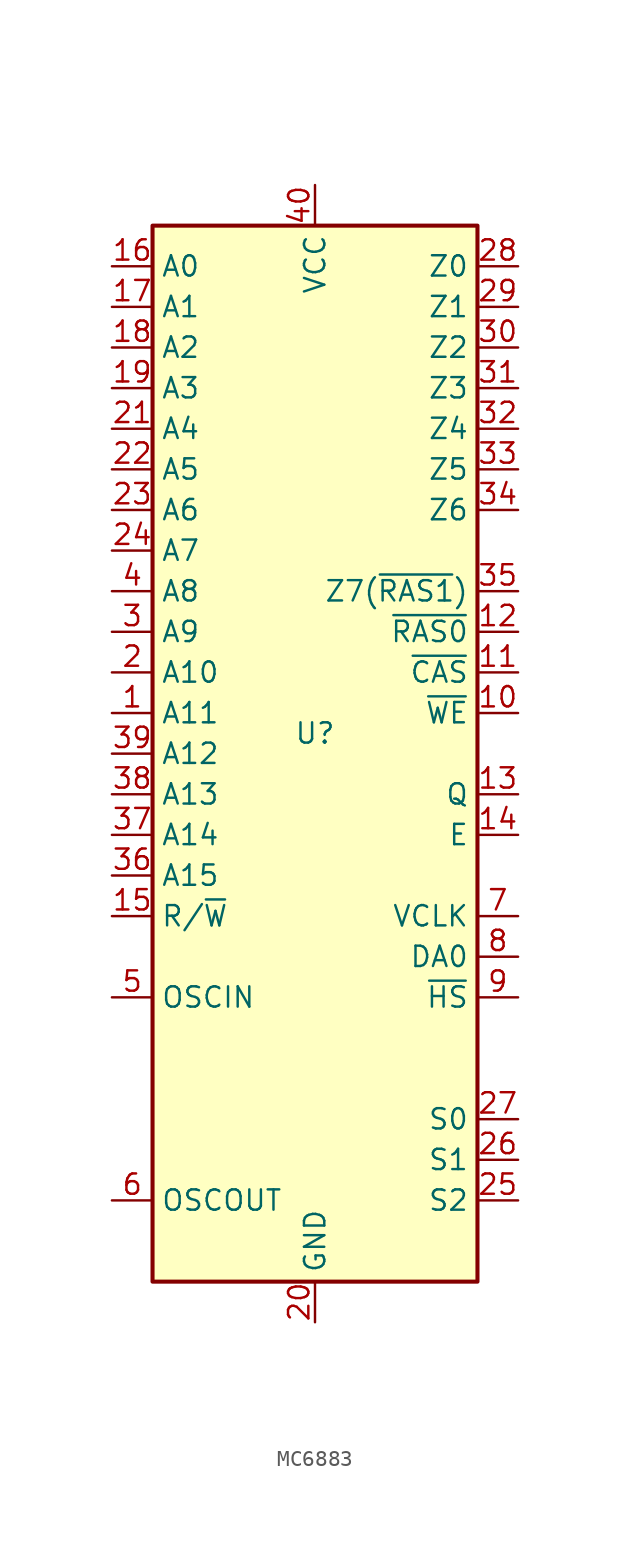
<source format=kicad_sym>
(kicad_symbol_lib
  (version 20231120)
  (generator "kicad_symbol_editor")
  (generator_version "8.0")
  (symbol "MC6883"
    (property "Reference" "U"
      (at 0 0 0)
      (effects (font (size 1.27 1.27))))
    (property "Value" ""
      (at 0 0 0)
      (effects (font (size 1.27 1.27))))
    (symbol "MC6883_0_1"
      (rectangle (start -10.16 -34.29) (end 10.16 31.75) (stroke (width 0.254) (type default)) (fill (type background))))
    (symbol "MC6883_1_1"
      (pin input line (at -12.7 1.27 0) (length 2.54) (name "A11" (effects (font (size 1.27 1.27)))) (number "1" (effects (font (size 1.27 1.27)))))
      (pin output line (at 12.7 1.27 180) (length 2.54) (name "~{WE}" (effects (font (size 1.27 1.27)))) (number "10" (effects (font (size 1.27 1.27)))))
      (pin output line (at 12.7 3.81 180) (length 2.54) (name "~{CAS}" (effects (font (size 1.27 1.27)))) (number "11" (effects (font (size 1.27 1.27)))))
      (pin output line (at 12.7 6.35 180) (length 2.54) (name "~{RAS0}" (effects (font (size 1.27 1.27)))) (number "12" (effects (font (size 1.27 1.27)))))
      (pin output line (at 12.7 -3.81 180) (length 2.54) (name "Q" (effects (font (size 1.27 1.27)))) (number "13" (effects (font (size 1.27 1.27)))))
      (pin output line (at 12.7 -6.35 180) (length 2.54) (name "E" (effects (font (size 1.27 1.27)))) (number "14" (effects (font (size 1.27 1.27)))))
      (pin output line (at -12.7 -11.43 0) (length 2.54) (name "R/~{W}" (effects (font (size 1.27 1.27)))) (number "15" (effects (font (size 1.27 1.27)))))
      (pin input line (at -12.7 29.21 0) (length 2.54) (name "A0" (effects (font (size 1.27 1.27)))) (number "16" (effects (font (size 1.27 1.27)))))
      (pin input line (at -12.7 26.67 0) (length 2.54) (name "A1" (effects (font (size 1.27 1.27)))) (number "17" (effects (font (size 1.27 1.27)))))
      (pin input line (at -12.7 24.13 0) (length 2.54) (name "A2" (effects (font (size 1.27 1.27)))) (number "18" (effects (font (size 1.27 1.27)))))
      (pin input line (at -12.7 21.59 0) (length 2.54) (name "A3" (effects (font (size 1.27 1.27)))) (number "19" (effects (font (size 1.27 1.27)))))
      (pin input line (at -12.7 3.81 0) (length 2.54) (name "A10" (effects (font (size 1.27 1.27)))) (number "2" (effects (font (size 1.27 1.27)))))
      (pin power_in line (at 0 -36.83 90) (length 2.54) (name "GND" (effects (font (size 1.27 1.27)))) (number "20" (effects (font (size 1.27 1.27)))))
      (pin input line (at -12.7 19.05 0) (length 2.54) (name "A4" (effects (font (size 1.27 1.27)))) (number "21" (effects (font (size 1.27 1.27)))))
      (pin input line (at -12.7 16.51 0) (length 2.54) (name "A5" (effects (font (size 1.27 1.27)))) (number "22" (effects (font (size 1.27 1.27)))))
      (pin input line (at -12.7 13.97 0) (length 2.54) (name "A6" (effects (font (size 1.27 1.27)))) (number "23" (effects (font (size 1.27 1.27)))))
      (pin input line (at -12.7 11.43 0) (length 2.54) (name "A7" (effects (font (size 1.27 1.27)))) (number "24" (effects (font (size 1.27 1.27)))))
      (pin output line (at 12.7 -29.21 180) (length 2.54) (name "S2" (effects (font (size 1.27 1.27)))) (number "25" (effects (font (size 1.27 1.27)))))
      (pin output line (at 12.7 -26.67 180) (length 2.54) (name "S1" (effects (font (size 1.27 1.27)))) (number "26" (effects (font (size 1.27 1.27)))))
      (pin output line (at 12.7 -24.13 180) (length 2.54) (name "S0" (effects (font (size 1.27 1.27)))) (number "27" (effects (font (size 1.27 1.27)))))
      (pin output line (at 12.7 29.21 180) (length 2.54) (name "Z0" (effects (font (size 1.27 1.27)))) (number "28" (effects (font (size 1.27 1.27)))))
      (pin output line (at 12.7 26.67 180) (length 2.54) (name "Z1" (effects (font (size 1.27 1.27)))) (number "29" (effects (font (size 1.27 1.27)))))
      (pin input line (at -12.7 6.35 0) (length 2.54) (name "A9" (effects (font (size 1.27 1.27)))) (number "3" (effects (font (size 1.27 1.27)))))
      (pin output line (at 12.7 24.13 180) (length 2.54) (name "Z2" (effects (font (size 1.27 1.27)))) (number "30" (effects (font (size 1.27 1.27)))))
      (pin output line (at 12.7 21.59 180) (length 2.54) (name "Z3" (effects (font (size 1.27 1.27)))) (number "31" (effects (font (size 1.27 1.27)))))
      (pin output line (at 12.7 19.05 180) (length 2.54) (name "Z4" (effects (font (size 1.27 1.27)))) (number "32" (effects (font (size 1.27 1.27)))))
      (pin output line (at 12.7 16.51 180) (length 2.54) (name "Z5" (effects (font (size 1.27 1.27)))) (number "33" (effects (font (size 1.27 1.27)))))
      (pin output line (at 12.7 13.97 180) (length 2.54) (name "Z6" (effects (font (size 1.27 1.27)))) (number "34" (effects (font (size 1.27 1.27)))))
      (pin output line (at 12.7 8.89 180) (length 2.54) (name "Z7(~{RAS1})" (effects (font (size 1.27 1.27)))) (number "35" (effects (font (size 1.27 1.27)))))
      (pin input line (at -12.7 -8.89 0) (length 2.54) (name "A15" (effects (font (size 1.27 1.27)))) (number "36" (effects (font (size 1.27 1.27)))))
      (pin input line (at -12.7 -6.35 0) (length 2.54) (name "A14" (effects (font (size 1.27 1.27)))) (number "37" (effects (font (size 1.27 1.27)))))
      (pin input line (at -12.7 -3.81 0) (length 2.54) (name "A13" (effects (font (size 1.27 1.27)))) (number "38" (effects (font (size 1.27 1.27)))))
      (pin input line (at -12.7 -1.27 0) (length 2.54) (name "A12" (effects (font (size 1.27 1.27)))) (number "39" (effects (font (size 1.27 1.27)))))
      (pin input line (at -12.7 8.89 0) (length 2.54) (name "A8" (effects (font (size 1.27 1.27)))) (number "4" (effects (font (size 1.27 1.27)))))
      (pin power_in line (at 0 34.29 270) (length 2.54) (name "VCC" (effects (font (size 1.27 1.27)))) (number "40" (effects (font (size 1.27 1.27)))))
      (pin input line (at -12.7 -16.51 0) (length 2.54) (name "OSCIN" (effects (font (size 1.27 1.27)))) (number "5" (effects (font (size 1.27 1.27)))))
      (pin output line (at -12.7 -29.21 0) (length 2.54) (name "OSCOUT" (effects (font (size 1.27 1.27)))) (number "6" (effects (font (size 1.27 1.27)))))
      (pin input line (at 12.7 -11.43 180) (length 2.54) (name "VCLK" (effects (font (size 1.27 1.27)))) (number "7" (effects (font (size 1.27 1.27)))))
      (pin input line (at 12.7 -13.97 180) (length 2.54) (name "DA0" (effects (font (size 1.27 1.27)))) (number "8" (effects (font (size 1.27 1.27)))))
      (pin input line (at 12.7 -16.51 180) (length 2.54) (name "~{HS}" (effects (font (size 1.27 1.27)))) (number "9" (effects (font (size 1.27 1.27))))))))
</source>
